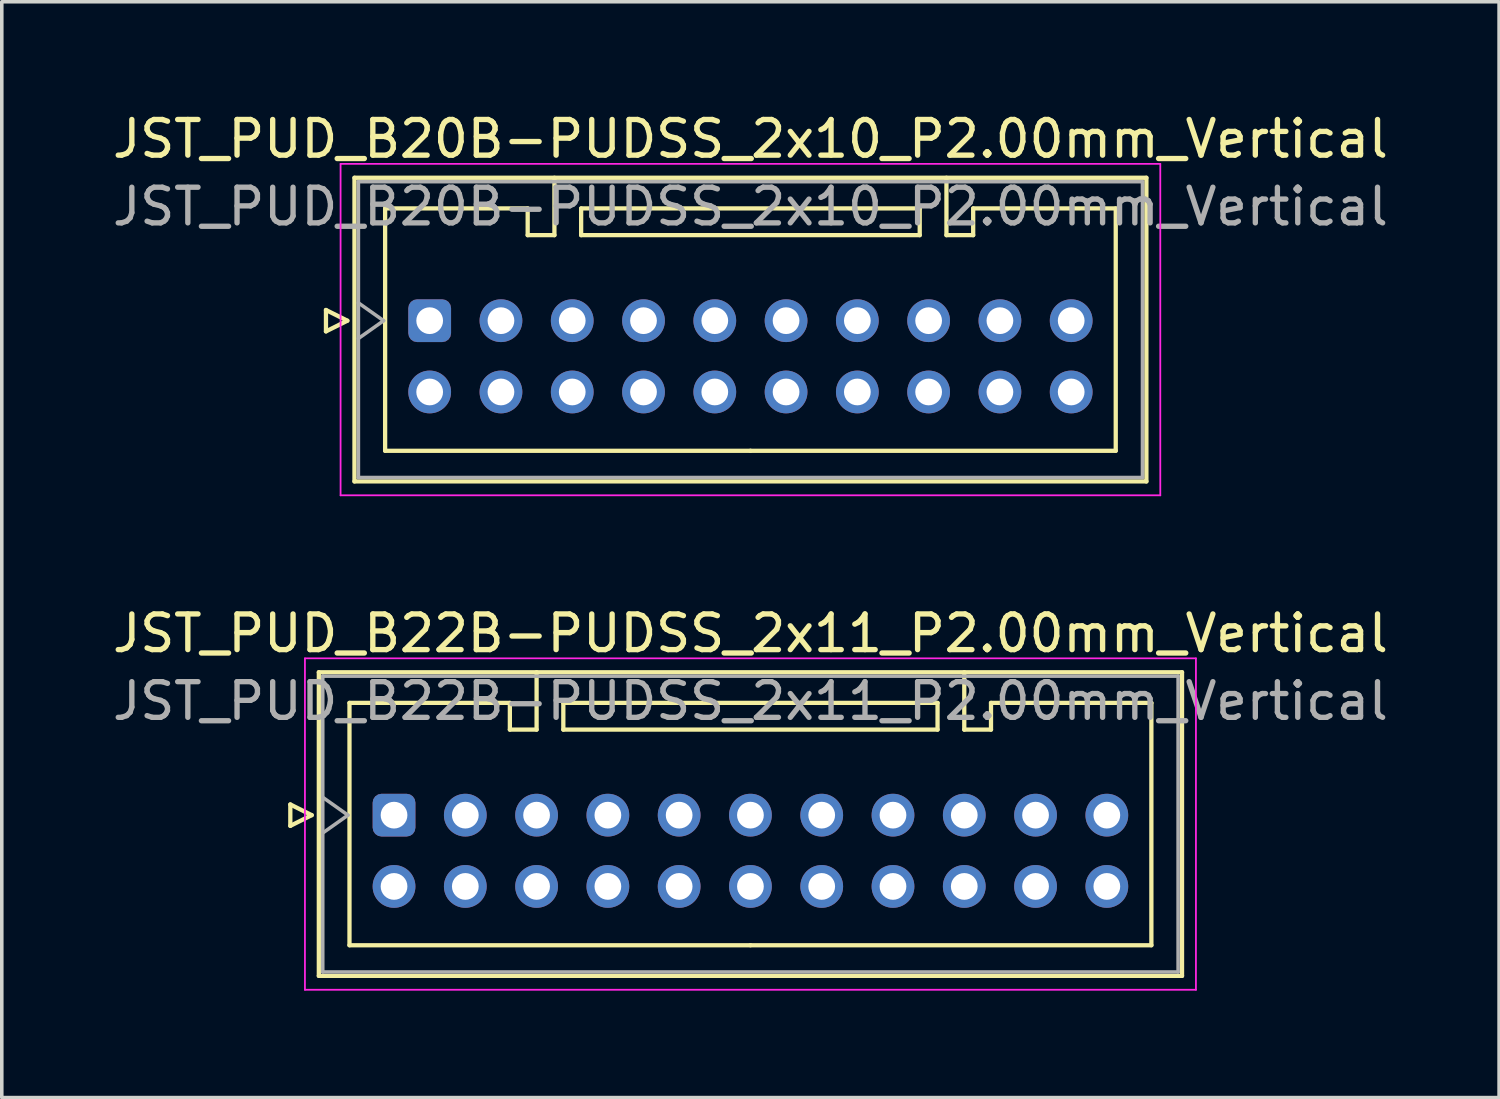
<source format=kicad_pcb>
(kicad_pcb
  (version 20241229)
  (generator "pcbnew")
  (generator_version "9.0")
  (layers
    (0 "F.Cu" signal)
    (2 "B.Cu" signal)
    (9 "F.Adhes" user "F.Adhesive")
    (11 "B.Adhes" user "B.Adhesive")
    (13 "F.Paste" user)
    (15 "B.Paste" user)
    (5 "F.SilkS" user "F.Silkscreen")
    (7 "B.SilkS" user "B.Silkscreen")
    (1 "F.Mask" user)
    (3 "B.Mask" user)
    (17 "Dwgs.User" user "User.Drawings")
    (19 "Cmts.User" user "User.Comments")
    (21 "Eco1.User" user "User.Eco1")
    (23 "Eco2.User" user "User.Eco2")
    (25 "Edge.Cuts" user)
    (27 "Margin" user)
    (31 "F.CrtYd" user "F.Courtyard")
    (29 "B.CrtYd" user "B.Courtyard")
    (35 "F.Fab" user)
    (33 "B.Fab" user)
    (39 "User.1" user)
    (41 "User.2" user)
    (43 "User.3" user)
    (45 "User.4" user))
  (footprint "JST_PUD_B20B-PUDSS_2x10_P2.00mm_Vertical"
    (layer "F.Cu")
    (at 9.006 5.948)
    (property "Reference" "JST_PUD_B20B-PUDSS_2x10_P2.00mm_Vertical" (at 9 -5.1 0) (layer "F.SilkS") (effects (font (size 1 1) (thickness 0.15))))
    (attr through_hole)
    (fp_line (start -2.91 -0.3) (end -2.31 0) (stroke (width 0.12) (type solid)) (layer "F.SilkS"))
    (fp_line (start -2.91 0.3) (end -2.91 -0.3) (stroke (width 0.12) (type solid)) (layer "F.SilkS"))
    (fp_line (start -2.31 0) (end -2.91 0.3) (stroke (width 0.12) (type solid)) (layer "F.SilkS"))
    (fp_line (start -2.11 -4.01) (end -2.11 4.51) (stroke (width 0.12) (type solid)) (layer "F.SilkS"))
    (fp_line (start -2.11 4.51) (end 20.11 4.51) (stroke (width 0.12) (type solid)) (layer "F.SilkS"))
    (fp_line (start -1.25 -3.15) (end -1.25 3.65) (stroke (width 0.12) (type solid)) (layer "F.SilkS"))
    (fp_line (start -1.25 3.65) (end 9 3.65) (stroke (width 0.12) (type solid)) (layer "F.SilkS"))
    (fp_line (start 2.75 -3.15) (end -1.25 -3.15) (stroke (width 0.12) (type solid)) (layer "F.SilkS"))
    (fp_line (start 2.75 -2.4) (end 2.75 -3.15) (stroke (width 0.12) (type solid)) (layer "F.SilkS"))
    (fp_line (start 3.5 -4.01) (end 3.5 -2.4) (stroke (width 0.12) (type solid)) (layer "F.SilkS"))
    (fp_line (start 3.5 -2.4) (end 2.75 -2.4) (stroke (width 0.12) (type solid)) (layer "F.SilkS"))
    (fp_line (start 4.25 -3.15) (end 4.25 -2.4) (stroke (width 0.12) (type solid)) (layer "F.SilkS"))
    (fp_line (start 4.25 -2.4) (end 13.75 -2.4) (stroke (width 0.12) (type solid)) (layer "F.SilkS"))
    (fp_line (start 13.75 -3.15) (end 4.25 -3.15) (stroke (width 0.12) (type solid)) (layer "F.SilkS"))
    (fp_line (start 13.75 -2.4) (end 13.75 -3.15) (stroke (width 0.12) (type solid)) (layer "F.SilkS"))
    (fp_line (start 14.5 -4.01) (end 14.5 -2.4) (stroke (width 0.12) (type solid)) (layer "F.SilkS"))
    (fp_line (start 14.5 -2.4) (end 15.25 -2.4) (stroke (width 0.12) (type solid)) (layer "F.SilkS"))
    (fp_line (start 15.25 -3.15) (end 19.25 -3.15) (stroke (width 0.12) (type solid)) (layer "F.SilkS"))
    (fp_line (start 15.25 -2.4) (end 15.25 -3.15) (stroke (width 0.12) (type solid)) (layer "F.SilkS"))
    (fp_line (start 19.25 -3.15) (end 19.25 3.65) (stroke (width 0.12) (type solid)) (layer "F.SilkS"))
    (fp_line (start 19.25 3.65) (end 9 3.65) (stroke (width 0.12) (type solid)) (layer "F.SilkS"))
    (fp_line (start 20.11 -4.01) (end -2.11 -4.01) (stroke (width 0.12) (type solid)) (layer "F.SilkS"))
    (fp_line (start 20.11 4.51) (end 20.11 -4.01) (stroke (width 0.12) (type solid)) (layer "F.SilkS"))
    (fp_line (start -2.5 -4.4) (end -2.5 4.9) (stroke (width 0.05) (type solid)) (layer "F.CrtYd"))
    (fp_line (start -2.5 4.9) (end 20.5 4.9) (stroke (width 0.05) (type solid)) (layer "F.CrtYd"))
    (fp_line (start 20.5 -4.4) (end -2.5 -4.4) (stroke (width 0.05) (type solid)) (layer "F.CrtYd"))
    (fp_line (start 20.5 4.9) (end 20.5 -4.4) (stroke (width 0.05) (type solid)) (layer "F.CrtYd"))
    (fp_line (start -2 -3.9) (end -2 4.4) (stroke (width 0.1) (type solid)) (layer "F.Fab"))
    (fp_line (start -2 0.5) (end -1.293 0) (stroke (width 0.1) (type solid)) (layer "F.Fab"))
    (fp_line (start -2 4.4) (end 20 4.4) (stroke (width 0.1) (type solid)) (layer "F.Fab"))
    (fp_line (start -1.293 0) (end -2 -0.5) (stroke (width 0.1) (type solid)) (layer "F.Fab"))
    (fp_line (start 20 -3.9) (end -2 -3.9) (stroke (width 0.1) (type solid)) (layer "F.Fab"))
    (fp_line (start 20 4.4) (end 20 -3.9) (stroke (width 0.1) (type solid)) (layer "F.Fab"))
    (fp_text user "${REFERENCE}" (at 9 -3.2 0) (layer "F.Fab") (effects (font (size 1 1) (thickness 0.15))))
    (pad "1" thru_hole roundrect (at 0 0) (size 1.2 1.2) (drill 0.75) (layers "*.Cu" "*.Mask") (roundrect_rratio 0.208))
    (pad "2" thru_hole circle (at 0 2) (size 1.2 1.2) (drill 0.75) (layers "*.Cu" "*.Mask"))
    (pad "3" thru_hole circle (at 2 0) (size 1.2 1.2) (drill 0.75) (layers "*.Cu" "*.Mask"))
    (pad "4" thru_hole circle (at 2 2) (size 1.2 1.2) (drill 0.75) (layers "*.Cu" "*.Mask"))
    (pad "5" thru_hole circle (at 4 0) (size 1.2 1.2) (drill 0.75) (layers "*.Cu" "*.Mask"))
    (pad "6" thru_hole circle (at 4 2) (size 1.2 1.2) (drill 0.75) (layers "*.Cu" "*.Mask"))
    (pad "7" thru_hole circle (at 6 0) (size 1.2 1.2) (drill 0.75) (layers "*.Cu" "*.Mask"))
    (pad "8" thru_hole circle (at 6 2) (size 1.2 1.2) (drill 0.75) (layers "*.Cu" "*.Mask"))
    (pad "9" thru_hole circle (at 8 0) (size 1.2 1.2) (drill 0.75) (layers "*.Cu" "*.Mask"))
    (pad "10" thru_hole circle (at 8 2) (size 1.2 1.2) (drill 0.75) (layers "*.Cu" "*.Mask"))
    (pad "11" thru_hole circle (at 10 0) (size 1.2 1.2) (drill 0.75) (layers "*.Cu" "*.Mask"))
    (pad "12" thru_hole circle (at 10 2) (size 1.2 1.2) (drill 0.75) (layers "*.Cu" "*.Mask"))
    (pad "13" thru_hole circle (at 12 0) (size 1.2 1.2) (drill 0.75) (layers "*.Cu" "*.Mask"))
    (pad "14" thru_hole circle (at 12 2) (size 1.2 1.2) (drill 0.75) (layers "*.Cu" "*.Mask"))
    (pad "15" thru_hole circle (at 14 0) (size 1.2 1.2) (drill 0.75) (layers "*.Cu" "*.Mask"))
    (pad "16" thru_hole circle (at 14 2) (size 1.2 1.2) (drill 0.75) (layers "*.Cu" "*.Mask"))
    (pad "17" thru_hole circle (at 16 0) (size 1.2 1.2) (drill 0.75) (layers "*.Cu" "*.Mask"))
    (pad "18" thru_hole circle (at 16 2) (size 1.2 1.2) (drill 0.75) (layers "*.Cu" "*.Mask"))
    (pad "19" thru_hole circle (at 18 0) (size 1.2 1.2) (drill 0.75) (layers "*.Cu" "*.Mask"))
    (pad "20" thru_hole circle (at 18 2) (size 1.2 1.2) (drill 0.75) (layers "*.Cu" "*.Mask")))
  (footprint "JST_PUD_B22B-PUDSS_2x11_P2.00mm_Vertical"
    (layer "F.Cu")
    (at 8.006 19.822)
    (property "Reference" "JST_PUD_B22B-PUDSS_2x11_P2.00mm_Vertical" (at 10 -5.1 0) (layer "F.SilkS") (effects (font (size 1 1) (thickness 0.15))))
    (attr through_hole)
    (fp_line (start -2.91 -0.3) (end -2.31 0) (stroke (width 0.12) (type solid)) (layer "F.SilkS"))
    (fp_line (start -2.91 0.3) (end -2.91 -0.3) (stroke (width 0.12) (type solid)) (layer "F.SilkS"))
    (fp_line (start -2.31 0) (end -2.91 0.3) (stroke (width 0.12) (type solid)) (layer "F.SilkS"))
    (fp_line (start -2.11 -4.01) (end -2.11 4.51) (stroke (width 0.12) (type solid)) (layer "F.SilkS"))
    (fp_line (start -2.11 4.51) (end 22.11 4.51) (stroke (width 0.12) (type solid)) (layer "F.SilkS"))
    (fp_line (start -1.25 -3.15) (end -1.25 3.65) (stroke (width 0.12) (type solid)) (layer "F.SilkS"))
    (fp_line (start -1.25 3.65) (end 10 3.65) (stroke (width 0.12) (type solid)) (layer "F.SilkS"))
    (fp_line (start 3.25 -3.15) (end -1.25 -3.15) (stroke (width 0.12) (type solid)) (layer "F.SilkS"))
    (fp_line (start 3.25 -2.4) (end 3.25 -3.15) (stroke (width 0.12) (type solid)) (layer "F.SilkS"))
    (fp_line (start 4 -4.01) (end 4 -2.4) (stroke (width 0.12) (type solid)) (layer "F.SilkS"))
    (fp_line (start 4 -2.4) (end 3.25 -2.4) (stroke (width 0.12) (type solid)) (layer "F.SilkS"))
    (fp_line (start 4.75 -3.15) (end 4.75 -2.4) (stroke (width 0.12) (type solid)) (layer "F.SilkS"))
    (fp_line (start 4.75 -2.4) (end 15.25 -2.4) (stroke (width 0.12) (type solid)) (layer "F.SilkS"))
    (fp_line (start 15.25 -3.15) (end 4.75 -3.15) (stroke (width 0.12) (type solid)) (layer "F.SilkS"))
    (fp_line (start 15.25 -2.4) (end 15.25 -3.15) (stroke (width 0.12) (type solid)) (layer "F.SilkS"))
    (fp_line (start 16 -4.01) (end 16 -2.4) (stroke (width 0.12) (type solid)) (layer "F.SilkS"))
    (fp_line (start 16 -2.4) (end 16.75 -2.4) (stroke (width 0.12) (type solid)) (layer "F.SilkS"))
    (fp_line (start 16.75 -3.15) (end 21.25 -3.15) (stroke (width 0.12) (type solid)) (layer "F.SilkS"))
    (fp_line (start 16.75 -2.4) (end 16.75 -3.15) (stroke (width 0.12) (type solid)) (layer "F.SilkS"))
    (fp_line (start 21.25 -3.15) (end 21.25 3.65) (stroke (width 0.12) (type solid)) (layer "F.SilkS"))
    (fp_line (start 21.25 3.65) (end 10 3.65) (stroke (width 0.12) (type solid)) (layer "F.SilkS"))
    (fp_line (start 22.11 -4.01) (end -2.11 -4.01) (stroke (width 0.12) (type solid)) (layer "F.SilkS"))
    (fp_line (start 22.11 4.51) (end 22.11 -4.01) (stroke (width 0.12) (type solid)) (layer "F.SilkS"))
    (fp_line (start -2.5 -4.4) (end -2.5 4.9) (stroke (width 0.05) (type solid)) (layer "F.CrtYd"))
    (fp_line (start -2.5 4.9) (end 22.5 4.9) (stroke (width 0.05) (type solid)) (layer "F.CrtYd"))
    (fp_line (start 22.5 -4.4) (end -2.5 -4.4) (stroke (width 0.05) (type solid)) (layer "F.CrtYd"))
    (fp_line (start 22.5 4.9) (end 22.5 -4.4) (stroke (width 0.05) (type solid)) (layer "F.CrtYd"))
    (fp_line (start -2 -3.9) (end -2 4.4) (stroke (width 0.1) (type solid)) (layer "F.Fab"))
    (fp_line (start -2 0.5) (end -1.293 0) (stroke (width 0.1) (type solid)) (layer "F.Fab"))
    (fp_line (start -2 4.4) (end 22 4.4) (stroke (width 0.1) (type solid)) (layer "F.Fab"))
    (fp_line (start -1.293 0) (end -2 -0.5) (stroke (width 0.1) (type solid)) (layer "F.Fab"))
    (fp_line (start 22 -3.9) (end -2 -3.9) (stroke (width 0.1) (type solid)) (layer "F.Fab"))
    (fp_line (start 22 4.4) (end 22 -3.9) (stroke (width 0.1) (type solid)) (layer "F.Fab"))
    (fp_text user "${REFERENCE}" (at 10 -3.2 0) (layer "F.Fab") (effects (font (size 1 1) (thickness 0.15))))
    (pad "1" thru_hole roundrect (at 0 0) (size 1.2 1.2) (drill 0.75) (layers "*.Cu" "*.Mask") (roundrect_rratio 0.208))
    (pad "2" thru_hole circle (at 0 2) (size 1.2 1.2) (drill 0.75) (layers "*.Cu" "*.Mask"))
    (pad "3" thru_hole circle (at 2 0) (size 1.2 1.2) (drill 0.75) (layers "*.Cu" "*.Mask"))
    (pad "4" thru_hole circle (at 2 2) (size 1.2 1.2) (drill 0.75) (layers "*.Cu" "*.Mask"))
    (pad "5" thru_hole circle (at 4 0) (size 1.2 1.2) (drill 0.75) (layers "*.Cu" "*.Mask"))
    (pad "6" thru_hole circle (at 4 2) (size 1.2 1.2) (drill 0.75) (layers "*.Cu" "*.Mask"))
    (pad "7" thru_hole circle (at 6 0) (size 1.2 1.2) (drill 0.75) (layers "*.Cu" "*.Mask"))
    (pad "8" thru_hole circle (at 6 2) (size 1.2 1.2) (drill 0.75) (layers "*.Cu" "*.Mask"))
    (pad "9" thru_hole circle (at 8 0) (size 1.2 1.2) (drill 0.75) (layers "*.Cu" "*.Mask"))
    (pad "10" thru_hole circle (at 8 2) (size 1.2 1.2) (drill 0.75) (layers "*.Cu" "*.Mask"))
    (pad "11" thru_hole circle (at 10 0) (size 1.2 1.2) (drill 0.75) (layers "*.Cu" "*.Mask"))
    (pad "12" thru_hole circle (at 10 2) (size 1.2 1.2) (drill 0.75) (layers "*.Cu" "*.Mask"))
    (pad "13" thru_hole circle (at 12 0) (size 1.2 1.2) (drill 0.75) (layers "*.Cu" "*.Mask"))
    (pad "14" thru_hole circle (at 12 2) (size 1.2 1.2) (drill 0.75) (layers "*.Cu" "*.Mask"))
    (pad "15" thru_hole circle (at 14 0) (size 1.2 1.2) (drill 0.75) (layers "*.Cu" "*.Mask"))
    (pad "16" thru_hole circle (at 14 2) (size 1.2 1.2) (drill 0.75) (layers "*.Cu" "*.Mask"))
    (pad "17" thru_hole circle (at 16 0) (size 1.2 1.2) (drill 0.75) (layers "*.Cu" "*.Mask"))
    (pad "18" thru_hole circle (at 16 2) (size 1.2 1.2) (drill 0.75) (layers "*.Cu" "*.Mask"))
    (pad "19" thru_hole circle (at 18 0) (size 1.2 1.2) (drill 0.75) (layers "*.Cu" "*.Mask"))
    (pad "20" thru_hole circle (at 18 2) (size 1.2 1.2) (drill 0.75) (layers "*.Cu" "*.Mask"))
    (pad "21" thru_hole circle (at 20 0) (size 1.2 1.2) (drill 0.75) (layers "*.Cu" "*.Mask"))
    (pad "22" thru_hole circle (at 20 2) (size 1.2 1.2) (drill 0.75) (layers "*.Cu" "*.Mask")))
  (gr_rect
    (start -3 -3)
    (end 39.012 27.747)
    (stroke (width 0.1) (type default))
    (fill no)
    (layer "Edge.Cuts")))
</source>
